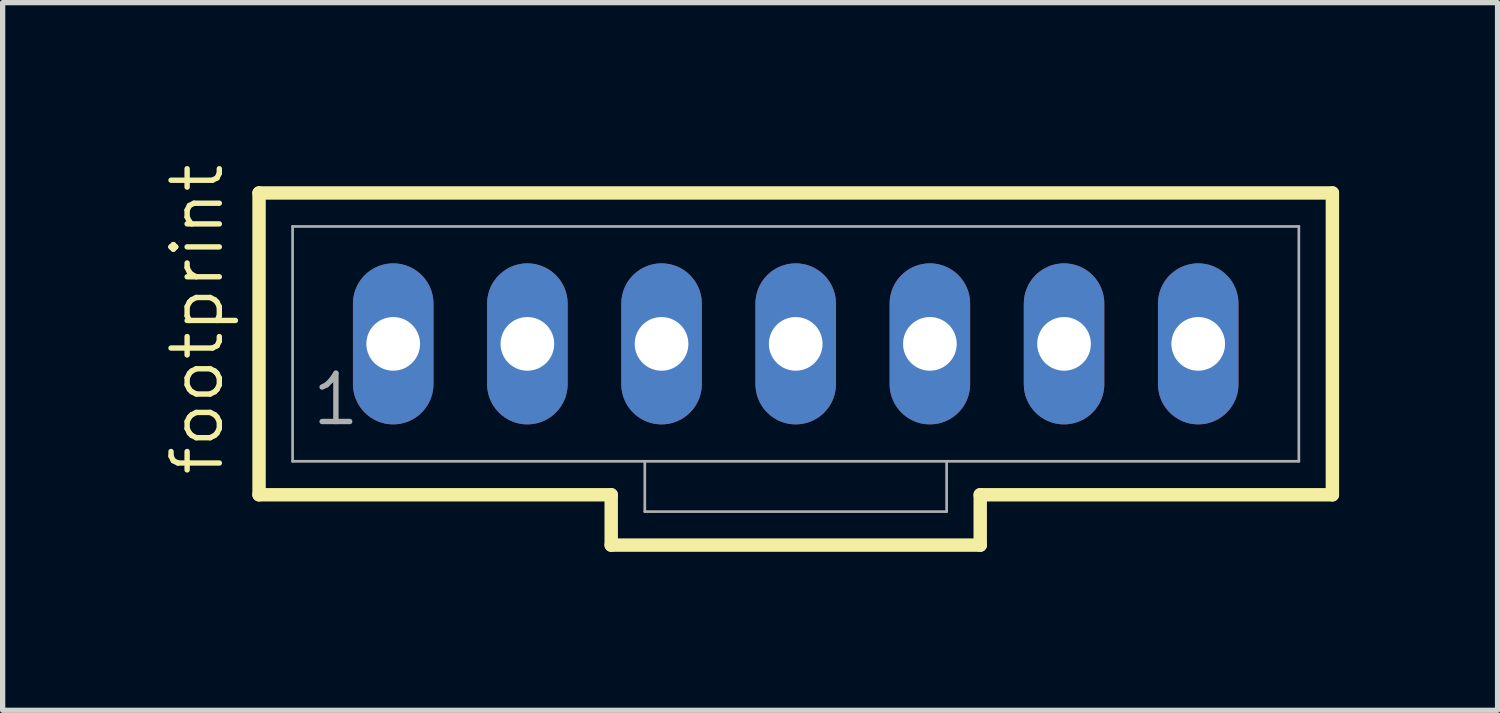
<source format=kicad_pcb>
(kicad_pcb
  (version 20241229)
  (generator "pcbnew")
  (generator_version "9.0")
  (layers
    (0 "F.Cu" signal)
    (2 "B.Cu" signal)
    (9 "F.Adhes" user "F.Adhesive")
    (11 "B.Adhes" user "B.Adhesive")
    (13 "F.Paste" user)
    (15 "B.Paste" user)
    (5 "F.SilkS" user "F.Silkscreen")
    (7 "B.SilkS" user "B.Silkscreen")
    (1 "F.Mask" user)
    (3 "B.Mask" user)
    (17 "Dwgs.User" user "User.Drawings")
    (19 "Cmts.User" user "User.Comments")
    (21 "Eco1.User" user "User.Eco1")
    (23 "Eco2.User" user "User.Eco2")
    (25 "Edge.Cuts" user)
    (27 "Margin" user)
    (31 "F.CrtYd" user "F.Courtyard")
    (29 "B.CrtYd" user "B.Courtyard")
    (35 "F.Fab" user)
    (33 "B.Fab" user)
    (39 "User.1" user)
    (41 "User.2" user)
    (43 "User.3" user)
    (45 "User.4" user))
  (footprint "footprint"
    (layer "F.Cu")
    (at 12.014 3.46)
    (property "Reference" "footprint" (at -10.795 2.54 90) (layer "F.SilkS") (effects (font (size 0.914 0.914) (thickness 0.102)) (justify left bottom)))
    (fp_line (start -10.16 -2.857) (end -10.16 2.857) (stroke (width 0.254) (type solid)) (layer "F.SilkS"))
    (fp_line (start -10.16 2.857) (end -3.493 2.857) (stroke (width 0.254) (type solid)) (layer "F.SilkS"))
    (fp_line (start -3.493 2.857) (end -3.493 3.81) (stroke (width 0.254) (type solid)) (layer "F.SilkS"))
    (fp_line (start -3.493 3.81) (end 3.493 3.81) (stroke (width 0.254) (type solid)) (layer "F.SilkS"))
    (fp_line (start 3.493 2.857) (end 10.16 2.857) (stroke (width 0.254) (type solid)) (layer "F.SilkS"))
    (fp_line (start 3.493 3.81) (end 3.493 2.857) (stroke (width 0.254) (type solid)) (layer "F.SilkS"))
    (fp_line (start 10.16 -2.857) (end -10.16 -2.857) (stroke (width 0.254) (type solid)) (layer "F.SilkS"))
    (fp_line (start 10.16 2.857) (end 10.16 -2.857) (stroke (width 0.254) (type solid)) (layer "F.SilkS"))
    (fp_line (start -9.525 -2.223) (end -9.525 2.223) (stroke (width 0.051) (type solid)) (layer "F.Fab"))
    (fp_line (start -9.525 -2.223) (end 9.525 -2.223) (stroke (width 0.051) (type solid)) (layer "F.Fab"))
    (fp_line (start -9.525 2.223) (end -2.857 2.223) (stroke (width 0.051) (type solid)) (layer "F.Fab"))
    (fp_line (start -2.857 2.223) (end -2.857 3.175) (stroke (width 0.051) (type solid)) (layer "F.Fab"))
    (fp_line (start -2.857 2.223) (end 2.857 2.223) (stroke (width 0.051) (type solid)) (layer "F.Fab"))
    (fp_line (start 2.857 2.223) (end 2.857 3.175) (stroke (width 0.051) (type solid)) (layer "F.Fab"))
    (fp_line (start 2.857 2.223) (end 9.525 2.223) (stroke (width 0.051) (type solid)) (layer "F.Fab"))
    (fp_line (start 2.857 3.175) (end -2.857 3.175) (stroke (width 0.051) (type solid)) (layer "F.Fab"))
    (fp_line (start 9.525 -2.223) (end 9.525 2.223) (stroke (width 0.051) (type solid)) (layer "F.Fab"))
    (fp_poly (pts (xy -7.858 0.238) (xy -7.382 0.238) (xy -7.382 -0.238) (xy -7.858 -0.238)) (stroke (width 0.1) (type solid)) (fill no) (layer "F.Fab"))
    (fp_poly (pts (xy -5.318 0.238) (xy -4.842 0.238) (xy -4.842 -0.238) (xy -5.318 -0.238)) (stroke (width 0.1) (type solid)) (fill no) (layer "F.Fab"))
    (fp_poly (pts (xy -2.778 0.238) (xy -2.302 0.238) (xy -2.302 -0.238) (xy -2.778 -0.238)) (stroke (width 0.1) (type solid)) (fill no) (layer "F.Fab"))
    (fp_poly (pts (xy -0.238 0.238) (xy 0.238 0.238) (xy 0.238 -0.238) (xy -0.238 -0.238)) (stroke (width 0.1) (type solid)) (fill no) (layer "F.Fab"))
    (fp_poly (pts (xy 2.302 0.238) (xy 2.778 0.238) (xy 2.778 -0.238) (xy 2.302 -0.238)) (stroke (width 0.1) (type solid)) (fill no) (layer "F.Fab"))
    (fp_poly (pts (xy 4.842 0.238) (xy 5.318 0.238) (xy 5.318 -0.238) (xy 4.842 -0.238)) (stroke (width 0.1) (type solid)) (fill no) (layer "F.Fab"))
    (fp_poly (pts (xy 7.382 0.238) (xy 7.858 0.238) (xy 7.858 -0.238) (xy 7.382 -0.238)) (stroke (width 0.1) (type solid)) (fill no) (layer "F.Fab"))
    (fp_text user "1" (at -9.207 1.587 0) (layer "F.Fab") (effects (font (size 0.914 0.914) (thickness 0.102)) (justify left bottom)))
    (pad "1" thru_hole oval (at -7.62 0 90) (size 3.048 1.524) (drill 1.016) (layers "*.Cu" "*.Mask"))
    (pad "2" thru_hole oval (at -5.08 0 90) (size 3.048 1.524) (drill 1.016) (layers "*.Cu" "*.Mask"))
    (pad "3" thru_hole oval (at -2.54 0 90) (size 3.048 1.524) (drill 1.016) (layers "*.Cu" "*.Mask"))
    (pad "4" thru_hole oval (at 0 0 90) (size 3.048 1.524) (drill 1.016) (layers "*.Cu" "*.Mask"))
    (pad "5" thru_hole oval (at 2.54 0 90) (size 3.048 1.524) (drill 1.016) (layers "*.Cu" "*.Mask"))
    (pad "6" thru_hole oval (at 5.08 0 90) (size 3.048 1.524) (drill 1.016) (layers "*.Cu" "*.Mask"))
    (pad "7" thru_hole oval (at 7.62 0 90) (size 3.048 1.524) (drill 1.016) (layers "*.Cu" "*.Mask")))
  (gr_rect
    (start -3 -3)
    (end 25.301 10.397)
    (stroke (width 0.1) (type default))
    (fill no)
    (layer "Edge.Cuts")))
</source>
